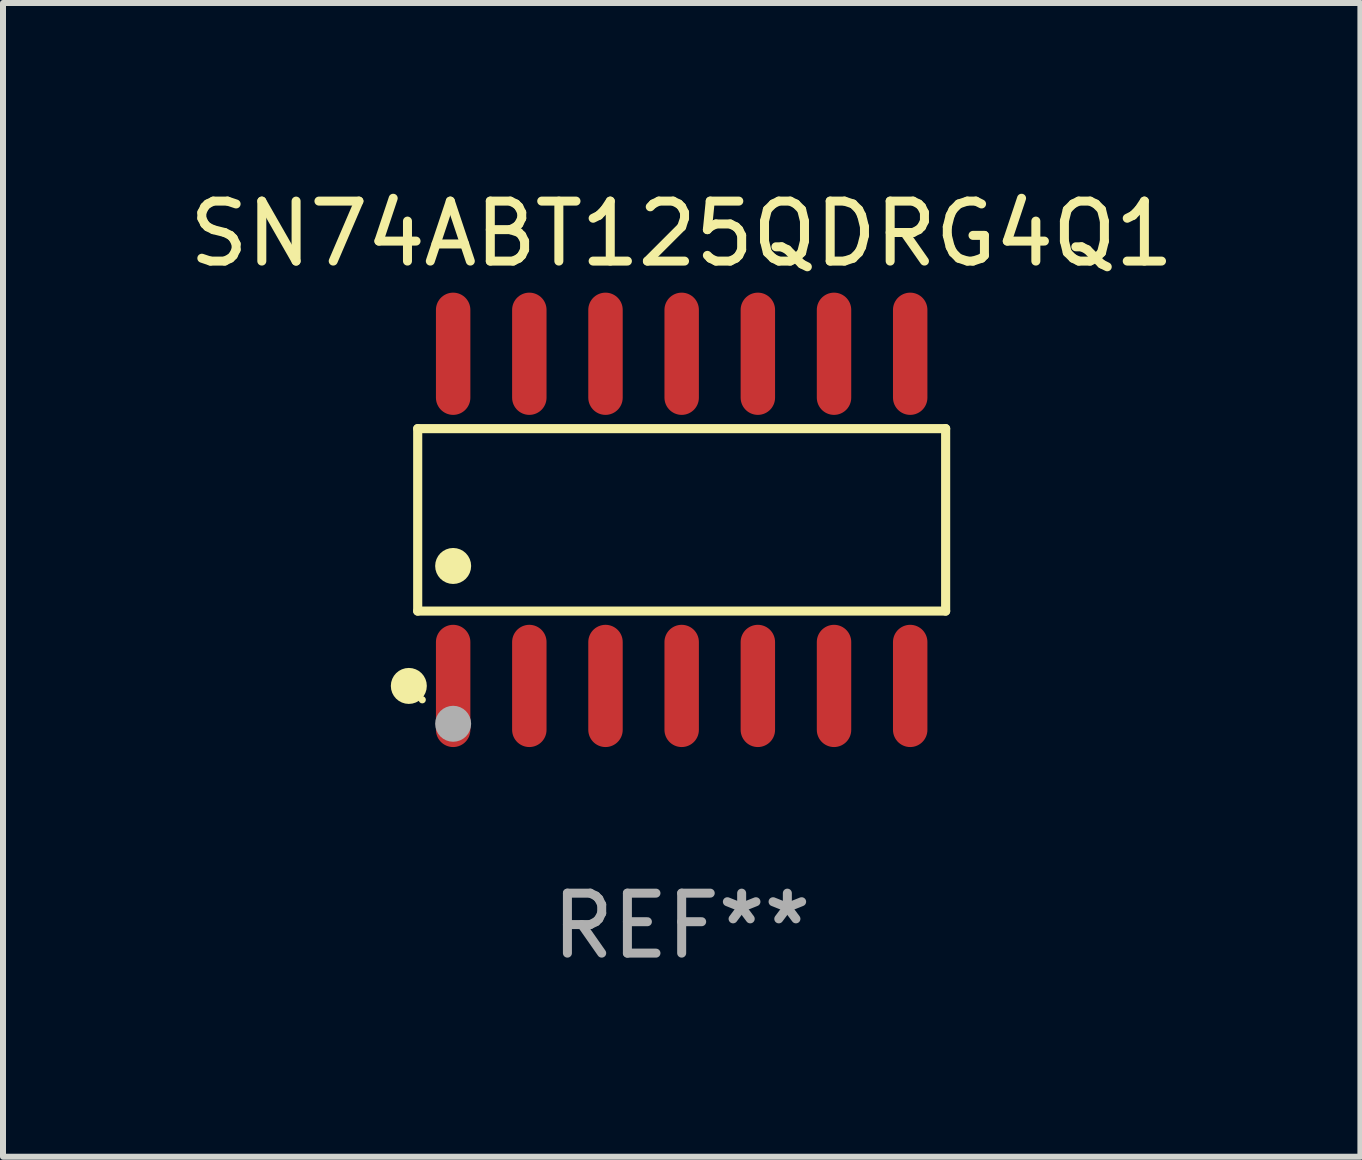
<source format=kicad_pcb>
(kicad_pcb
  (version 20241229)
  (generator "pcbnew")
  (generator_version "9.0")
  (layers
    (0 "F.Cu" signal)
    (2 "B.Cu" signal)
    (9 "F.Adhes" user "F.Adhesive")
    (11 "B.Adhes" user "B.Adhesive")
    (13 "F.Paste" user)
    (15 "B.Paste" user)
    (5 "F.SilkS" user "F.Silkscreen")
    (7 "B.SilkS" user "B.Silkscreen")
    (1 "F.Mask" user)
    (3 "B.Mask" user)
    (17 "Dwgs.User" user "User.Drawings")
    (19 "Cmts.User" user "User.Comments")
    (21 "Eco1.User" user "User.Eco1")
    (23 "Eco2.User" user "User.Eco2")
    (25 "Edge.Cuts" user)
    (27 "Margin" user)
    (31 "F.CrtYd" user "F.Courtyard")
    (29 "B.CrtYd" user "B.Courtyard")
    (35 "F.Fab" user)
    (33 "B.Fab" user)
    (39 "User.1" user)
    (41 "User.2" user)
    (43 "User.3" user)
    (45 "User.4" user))
  (footprint "SN74ABT125QDRG4Q1"
    (layer "F.Cu")
    (at 8.315 5.617)
    (property "Reference" "SN74ABT125QDRG4Q1" (at 0 -4.769 0) (layer "F.SilkS") (effects (font (size 1 1) (thickness 0.15))))
    (attr through_hole)
    (fp_line (start -4.401 -1.521) (end 4.401 -1.521) (stroke (width 0.152) (type solid)) (layer "F.SilkS"))
    (fp_line (start -4.401 1.521) (end -4.401 -1.521) (stroke (width 0.152) (type solid)) (layer "F.SilkS"))
    (fp_line (start 4.401 -1.521) (end 4.401 1.521) (stroke (width 0.152) (type solid)) (layer "F.SilkS"))
    (fp_line (start 4.401 1.521) (end -4.401 1.521) (stroke (width 0.152) (type solid)) (layer "F.SilkS"))
    (fp_circle (center -4.549 2.769) (end -4.399 2.769) (stroke (width 0.3) (type solid)) (fill no) (layer "F.SilkS"))
    (fp_circle (center -4.325 3) (end -4.295 3) (stroke (width 0.06) (type solid)) (fill no) (layer "F.SilkS"))
    (fp_circle (center -3.81 0.769) (end -3.66 0.769) (stroke (width 0.3) (type solid)) (fill no) (layer "F.SilkS"))
    (fp_circle (center -3.81 3.4) (end -3.66 3.4) (stroke (width 0.3) (type solid)) (fill no) (layer "F.Fab"))
    (fp_text user "REF**" (at 0 6.769 0) (layer "F.Fab") (effects (font (size 1 1) (thickness 0.15))))
    (pad "1" smd oval (at -3.81 2.769) (size 0.574 2.038) (layers "F.Cu" "F.Mask" "F.Paste"))
    (pad "2" smd oval (at -2.54 2.769) (size 0.574 2.038) (layers "F.Cu" "F.Mask" "F.Paste"))
    (pad "3" smd oval (at -1.27 2.769) (size 0.574 2.038) (layers "F.Cu" "F.Mask" "F.Paste"))
    (pad "4" smd oval (at 0 2.769) (size 0.574 2.038) (layers "F.Cu" "F.Mask" "F.Paste"))
    (pad "5" smd oval (at 1.27 2.769) (size 0.574 2.038) (layers "F.Cu" "F.Mask" "F.Paste"))
    (pad "6" smd oval (at 2.54 2.769) (size 0.574 2.038) (layers "F.Cu" "F.Mask" "F.Paste"))
    (pad "7" smd oval (at 3.81 2.769) (size 0.574 2.038) (layers "F.Cu" "F.Mask" "F.Paste"))
    (pad "8" smd oval (at 3.81 -2.769) (size 0.574 2.038) (layers "F.Cu" "F.Mask" "F.Paste"))
    (pad "9" smd oval (at 2.54 -2.769) (size 0.574 2.038) (layers "F.Cu" "F.Mask" "F.Paste"))
    (pad "10" smd oval (at 1.27 -2.769) (size 0.574 2.038) (layers "F.Cu" "F.Mask" "F.Paste"))
    (pad "11" smd oval (at 0 -2.769) (size 0.574 2.038) (layers "F.Cu" "F.Mask" "F.Paste"))
    (pad "12" smd oval (at -1.27 -2.769) (size 0.574 2.038) (layers "F.Cu" "F.Mask" "F.Paste"))
    (pad "13" smd oval (at -2.54 -2.769) (size 0.574 2.038) (layers "F.Cu" "F.Mask" "F.Paste"))
    (pad "14" smd oval (at -3.81 -2.769) (size 0.574 2.038) (layers "F.Cu" "F.Mask" "F.Paste")))
  (gr_rect
    (start -3 -3)
    (end 19.631 16.235)
    (stroke (width 0.1) (type default))
    (fill no)
    (layer "Edge.Cuts")))
</source>
